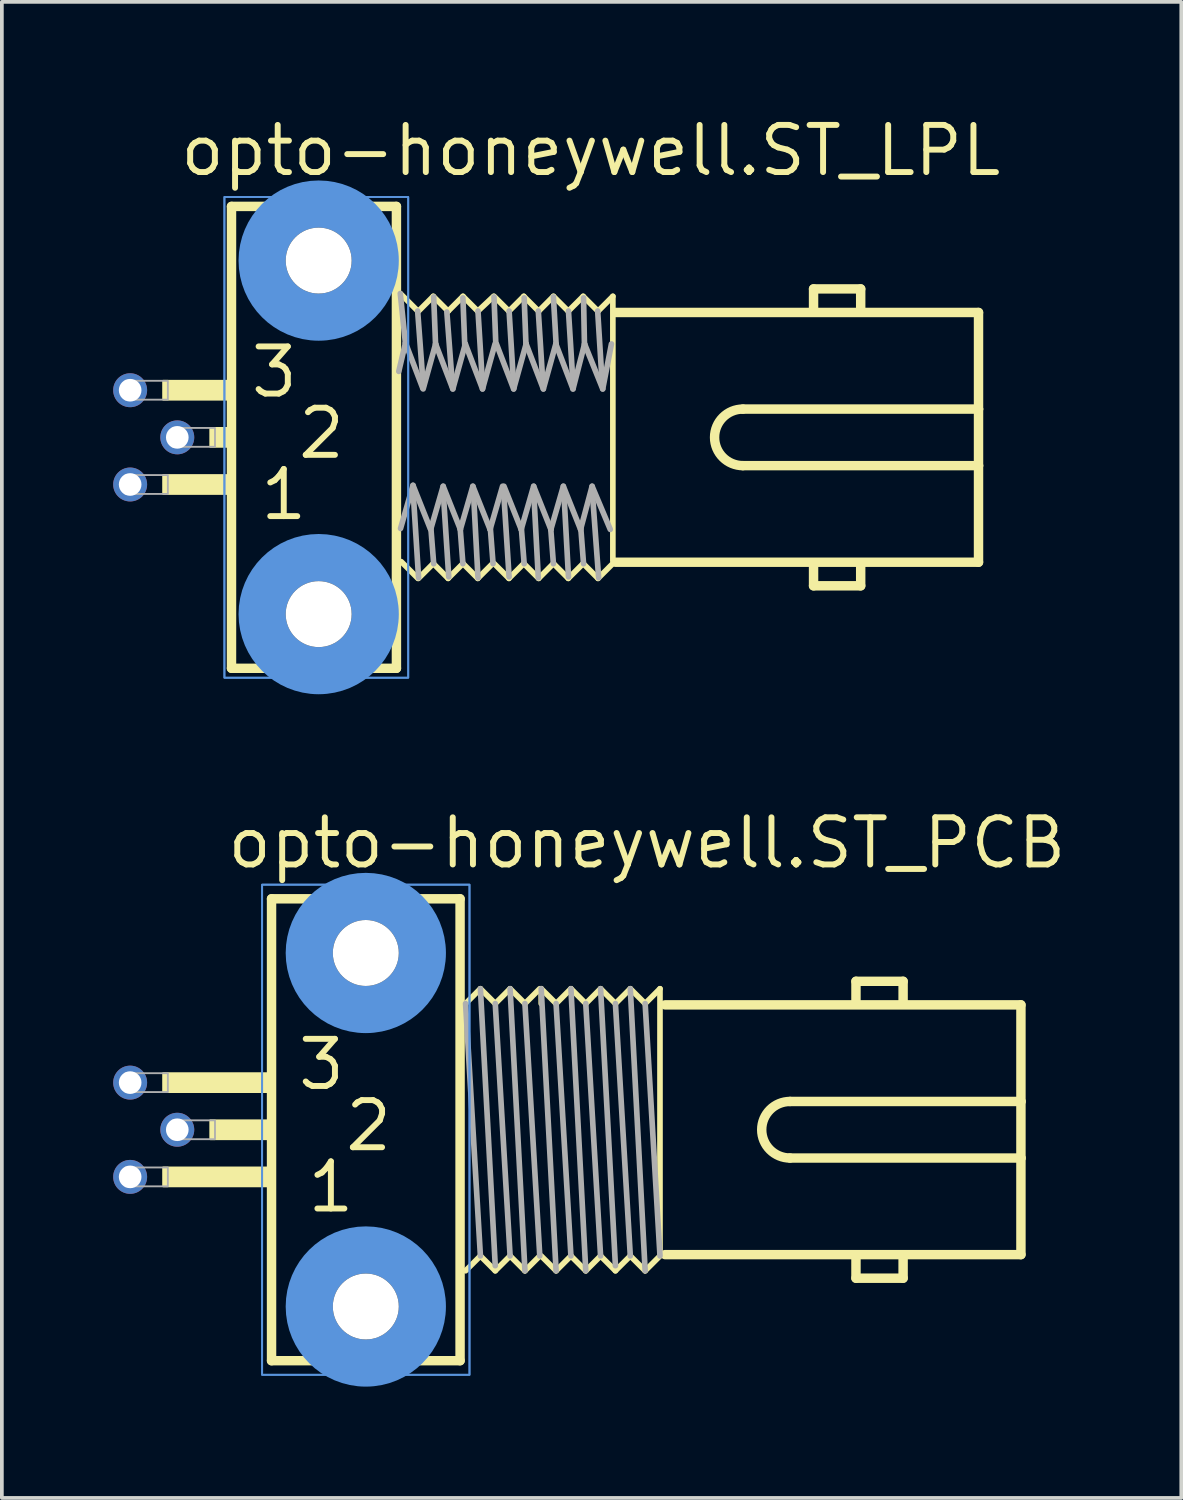
<source format=kicad_pcb>
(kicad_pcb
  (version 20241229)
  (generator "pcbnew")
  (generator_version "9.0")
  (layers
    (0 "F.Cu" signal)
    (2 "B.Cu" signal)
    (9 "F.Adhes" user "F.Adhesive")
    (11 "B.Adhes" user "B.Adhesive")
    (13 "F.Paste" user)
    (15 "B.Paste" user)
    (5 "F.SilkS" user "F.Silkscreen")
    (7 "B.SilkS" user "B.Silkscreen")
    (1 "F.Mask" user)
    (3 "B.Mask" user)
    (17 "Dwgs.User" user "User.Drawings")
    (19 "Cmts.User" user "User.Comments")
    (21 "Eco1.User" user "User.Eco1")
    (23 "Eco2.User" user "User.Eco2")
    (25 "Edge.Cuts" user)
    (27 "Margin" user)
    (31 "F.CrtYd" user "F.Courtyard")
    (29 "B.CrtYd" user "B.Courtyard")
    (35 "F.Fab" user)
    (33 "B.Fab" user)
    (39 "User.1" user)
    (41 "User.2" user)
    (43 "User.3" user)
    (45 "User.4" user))
  (footprint "opto-honeywell.ST_LPL"
    (layer "F.Cu")
    (at 5.537 8.735)
    (property "Reference" "opto-honeywell.ST_LPL" (at -3.81 -6.985 0) (layer "F.SilkS") (effects (font (size 1.27 1.27) (thickness 0.16)) (justify left bottom)))
    (attr through_hole)
    (fp_line (start -2.349 -6.223) (end 2.095 -6.223) (stroke (width 0.254) (type default)) (layer "F.SilkS"))
    (fp_line (start -2.349 6.223) (end -2.349 -6.223) (stroke (width 0.254) (type default)) (layer "F.SilkS"))
    (fp_line (start 2.095 -6.223) (end 2.095 6.223) (stroke (width 0.254) (type default)) (layer "F.SilkS"))
    (fp_line (start 2.095 6.223) (end -2.349 6.223) (stroke (width 0.254) (type default)) (layer "F.SilkS"))
    (fp_line (start 2.675 -3.4) (end 2.199 -3.876) (stroke (width 0.152) (type default)) (layer "F.SilkS"))
    (fp_line (start 2.675 3.8) (end 2.224 3.349) (stroke (width 0.152) (type default)) (layer "F.SilkS"))
    (fp_line (start 3.088 -3.8) (end 2.688 -3.4) (stroke (width 0.152) (type default)) (layer "F.SilkS"))
    (fp_line (start 3.088 3.4) (end 2.688 3.8) (stroke (width 0.152) (type default)) (layer "F.SilkS"))
    (fp_line (start 3.488 -3.4) (end 3.088 -3.8) (stroke (width 0.152) (type default)) (layer "F.SilkS"))
    (fp_line (start 3.488 3.8) (end 3.088 3.4) (stroke (width 0.152) (type default)) (layer "F.SilkS"))
    (fp_line (start 3.888 -3.8) (end 3.488 -3.4) (stroke (width 0.152) (type default)) (layer "F.SilkS"))
    (fp_line (start 3.888 3.4) (end 3.488 3.8) (stroke (width 0.152) (type default)) (layer "F.SilkS"))
    (fp_line (start 4.288 -3.4) (end 3.888 -3.8) (stroke (width 0.152) (type default)) (layer "F.SilkS"))
    (fp_line (start 4.288 3.8) (end 3.888 3.4) (stroke (width 0.152) (type default)) (layer "F.SilkS"))
    (fp_line (start 4.688 3.4) (end 4.288 3.8) (stroke (width 0.152) (type default)) (layer "F.SilkS"))
    (fp_line (start 4.714 -3.8) (end 4.288 -3.4) (stroke (width 0.152) (type default)) (layer "F.SilkS"))
    (fp_line (start 5.127 -3.4) (end 4.726 -3.8) (stroke (width 0.152) (type default)) (layer "F.SilkS"))
    (fp_line (start 5.127 3.8) (end 4.726 3.4) (stroke (width 0.152) (type default)) (layer "F.SilkS"))
    (fp_line (start 5.527 -3.8) (end 5.127 -3.4) (stroke (width 0.152) (type default)) (layer "F.SilkS"))
    (fp_line (start 5.527 3.4) (end 5.127 3.8) (stroke (width 0.152) (type default)) (layer "F.SilkS"))
    (fp_line (start 5.927 -3.4) (end 5.527 -3.8) (stroke (width 0.152) (type default)) (layer "F.SilkS"))
    (fp_line (start 5.927 3.8) (end 5.527 3.4) (stroke (width 0.152) (type default)) (layer "F.SilkS"))
    (fp_line (start 6.326 -3.8) (end 5.927 -3.4) (stroke (width 0.152) (type default)) (layer "F.SilkS"))
    (fp_line (start 6.326 3.4) (end 5.927 3.8) (stroke (width 0.152) (type default)) (layer "F.SilkS"))
    (fp_line (start 6.726 -3.4) (end 6.326 -3.8) (stroke (width 0.152) (type default)) (layer "F.SilkS"))
    (fp_line (start 6.726 3.8) (end 6.326 3.4) (stroke (width 0.152) (type default)) (layer "F.SilkS"))
    (fp_line (start 7.127 -3.8) (end 6.726 -3.4) (stroke (width 0.152) (type default)) (layer "F.SilkS"))
    (fp_line (start 7.127 3.4) (end 6.726 3.8) (stroke (width 0.152) (type default)) (layer "F.SilkS"))
    (fp_line (start 7.527 -3.4) (end 7.127 -3.8) (stroke (width 0.152) (type default)) (layer "F.SilkS"))
    (fp_line (start 7.527 3.8) (end 7.127 3.4) (stroke (width 0.152) (type default)) (layer "F.SilkS"))
    (fp_line (start 7.927 -3.8) (end 7.527 -3.4) (stroke (width 0.152) (type default)) (layer "F.SilkS"))
    (fp_line (start 7.927 -3.8) (end 7.927 3.331) (stroke (width 0.152) (type default)) (layer "F.SilkS"))
    (fp_line (start 7.927 3.4) (end 7.527 3.8) (stroke (width 0.152) (type default)) (layer "F.SilkS"))
    (fp_line (start 8.001 3.365) (end 17.78 3.365) (stroke (width 0.254) (type default)) (layer "F.SilkS"))
    (fp_line (start 11.43 0.762) (end 17.78 0.762) (stroke (width 0.254) (type default)) (layer "F.SilkS"))
    (fp_line (start 13.335 -4) (end 14.605 -4) (stroke (width 0.254) (type default)) (layer "F.SilkS"))
    (fp_line (start 13.335 -3.429) (end 13.335 -4) (stroke (width 0.254) (type default)) (layer "F.SilkS"))
    (fp_line (start 13.335 4) (end 13.335 3.429) (stroke (width 0.254) (type default)) (layer "F.SilkS"))
    (fp_line (start 14.605 -4) (end 14.605 -3.429) (stroke (width 0.254) (type default)) (layer "F.SilkS"))
    (fp_line (start 14.605 3.429) (end 14.605 4) (stroke (width 0.254) (type default)) (layer "F.SilkS"))
    (fp_line (start 14.605 4) (end 13.335 4) (stroke (width 0.254) (type default)) (layer "F.SilkS"))
    (fp_line (start 17.78 -3.365) (end 8.001 -3.365) (stroke (width 0.254) (type default)) (layer "F.SilkS"))
    (fp_line (start 17.78 -0.762) (end 11.43 -0.762) (stroke (width 0.254) (type default)) (layer "F.SilkS"))
    (fp_line (start 17.78 -0.762) (end 17.78 -3.365) (stroke (width 0.254) (type default)) (layer "F.SilkS"))
    (fp_line (start 17.78 0.762) (end 17.78 -0.762) (stroke (width 0.254) (type default)) (layer "F.SilkS"))
    (fp_line (start 17.78 3.365) (end 17.78 0.762) (stroke (width 0.254) (type default)) (layer "F.SilkS"))
    (fp_rect (start -4.191 -1.016) (end -2.286 -1.524) (stroke (width 0.05) (type default)) (fill yes) (layer "F.SilkS"))
    (fp_rect (start -4.191 1.524) (end -2.286 1.016) (stroke (width 0.05) (type default)) (fill yes) (layer "F.SilkS"))
    (fp_rect (start -2.921 0.254) (end -2.286 -0.254) (stroke (width 0.05) (type default)) (fill yes) (layer "F.SilkS"))
    (fp_arc (start 11.43 0.762) (mid 10.668 0) (end 11.43 -0.762) (stroke (width 0.254) (type default)) (layer "F.SilkS"))
    (fp_rect (start -2.54 6.477) (end 2.413 -6.477) (stroke (width 0.05) (type default)) (fill no) (layer "Cmts.User"))
    (fp_rect (start -2.54 6.477) (end 2.413 -6.477) (stroke (width 0.05) (type default)) (fill no) (layer "Cmts.User"))
    (fp_circle (center 0 -4.763) (end 1.524 -4.763) (stroke (width 1.27) (type default)) (fill no) (layer "Cmts.User"))
    (fp_circle (center 0 4.763) (end 1.524 4.763) (stroke (width 1.27) (type default)) (fill no) (layer "Cmts.User"))
    (fp_line (start 2.159 -1.778) (end 2.337 -2.54) (stroke (width 0.152) (type default)) (layer "F.Fab"))
    (fp_line (start 2.337 -2.54) (end 2.199 -3.876) (stroke (width 0.152) (type default)) (layer "F.Fab"))
    (fp_line (start 2.54 1.372) (end 2.692 3.785) (stroke (width 0.152) (type default)) (layer "F.Fab"))
    (fp_line (start 2.542 1.293) (end 2.206 2.455) (stroke (width 0.152) (type default)) (layer "F.Fab"))
    (fp_line (start 2.667 -3.404) (end 2.819 -1.372) (stroke (width 0.152) (type default)) (layer "F.Fab"))
    (fp_line (start 2.802 -1.33) (end 2.339 -2.543) (stroke (width 0.152) (type default)) (layer "F.Fab"))
    (fp_line (start 3.005 2.455) (end 2.542 1.293) (stroke (width 0.152) (type default)) (layer "F.Fab"))
    (fp_line (start 3.023 2.438) (end 3.099 3.404) (stroke (width 0.152) (type default)) (layer "F.Fab"))
    (fp_line (start 3.099 -3.785) (end 3.15 -2.489) (stroke (width 0.152) (type default)) (layer "F.Fab"))
    (fp_line (start 3.151 -2.517) (end 2.815 -1.305) (stroke (width 0.152) (type default)) (layer "F.Fab"))
    (fp_line (start 3.353 1.422) (end 3.505 3.759) (stroke (width 0.152) (type default)) (layer "F.Fab"))
    (fp_line (start 3.355 1.318) (end 3.018 2.48) (stroke (width 0.152) (type default)) (layer "F.Fab"))
    (fp_line (start 3.454 -3.378) (end 3.607 -1.346) (stroke (width 0.152) (type default)) (layer "F.Fab"))
    (fp_line (start 3.615 -1.305) (end 3.151 -2.517) (stroke (width 0.152) (type default)) (layer "F.Fab"))
    (fp_line (start 3.81 2.413) (end 3.886 3.404) (stroke (width 0.152) (type default)) (layer "F.Fab"))
    (fp_line (start 3.818 2.48) (end 3.355 1.318) (stroke (width 0.152) (type default)) (layer "F.Fab"))
    (fp_line (start 3.886 -3.759) (end 3.937 -2.464) (stroke (width 0.152) (type default)) (layer "F.Fab"))
    (fp_line (start 3.952 -2.517) (end 3.615 -1.305) (stroke (width 0.152) (type default)) (layer "F.Fab"))
    (fp_line (start 4.155 1.318) (end 3.818 2.48) (stroke (width 0.152) (type default)) (layer "F.Fab"))
    (fp_line (start 4.166 1.397) (end 4.293 3.785) (stroke (width 0.152) (type default)) (layer "F.Fab"))
    (fp_line (start 4.293 -3.404) (end 4.42 -1.346) (stroke (width 0.152) (type default)) (layer "F.Fab"))
    (fp_line (start 4.415 -1.305) (end 3.952 -2.517) (stroke (width 0.152) (type default)) (layer "F.Fab"))
    (fp_line (start 4.618 2.48) (end 4.155 1.318) (stroke (width 0.152) (type default)) (layer "F.Fab"))
    (fp_line (start 4.623 2.413) (end 4.699 3.404) (stroke (width 0.152) (type default)) (layer "F.Fab"))
    (fp_line (start 4.724 -3.785) (end 4.775 -2.464) (stroke (width 0.152) (type default)) (layer "F.Fab"))
    (fp_line (start 4.752 -2.517) (end 4.415 -1.305) (stroke (width 0.152) (type default)) (layer "F.Fab"))
    (fp_line (start 4.955 1.318) (end 4.618 2.48) (stroke (width 0.152) (type default)) (layer "F.Fab"))
    (fp_line (start 4.978 1.372) (end 5.131 3.759) (stroke (width 0.152) (type default)) (layer "F.Fab"))
    (fp_line (start 5.131 -3.404) (end 5.258 -1.346) (stroke (width 0.152) (type default)) (layer "F.Fab"))
    (fp_line (start 5.254 -1.305) (end 4.79 -2.517) (stroke (width 0.152) (type default)) (layer "F.Fab"))
    (fp_line (start 5.457 2.48) (end 4.993 1.318) (stroke (width 0.152) (type default)) (layer "F.Fab"))
    (fp_line (start 5.461 2.438) (end 5.537 3.404) (stroke (width 0.152) (type default)) (layer "F.Fab"))
    (fp_line (start 5.537 -3.759) (end 5.588 -2.438) (stroke (width 0.152) (type default)) (layer "F.Fab"))
    (fp_line (start 5.59 -2.517) (end 5.254 -1.305) (stroke (width 0.152) (type default)) (layer "F.Fab"))
    (fp_line (start 5.791 1.397) (end 5.918 3.785) (stroke (width 0.152) (type default)) (layer "F.Fab"))
    (fp_line (start 5.793 1.318) (end 5.457 2.48) (stroke (width 0.152) (type default)) (layer "F.Fab"))
    (fp_line (start 5.918 -3.404) (end 6.045 -1.397) (stroke (width 0.152) (type default)) (layer "F.Fab"))
    (fp_line (start 6.054 -1.305) (end 5.59 -2.517) (stroke (width 0.152) (type default)) (layer "F.Fab"))
    (fp_line (start 6.248 2.388) (end 6.325 3.404) (stroke (width 0.152) (type default)) (layer "F.Fab"))
    (fp_line (start 6.257 2.48) (end 5.793 1.318) (stroke (width 0.152) (type default)) (layer "F.Fab"))
    (fp_line (start 6.325 -3.785) (end 6.401 -2.464) (stroke (width 0.152) (type default)) (layer "F.Fab"))
    (fp_line (start 6.39 -2.517) (end 6.054 -1.305) (stroke (width 0.152) (type default)) (layer "F.Fab"))
    (fp_line (start 6.593 1.318) (end 6.257 2.48) (stroke (width 0.152) (type default)) (layer "F.Fab"))
    (fp_line (start 6.604 1.422) (end 6.731 3.759) (stroke (width 0.152) (type default)) (layer "F.Fab"))
    (fp_line (start 6.731 -3.404) (end 6.858 -1.372) (stroke (width 0.152) (type default)) (layer "F.Fab"))
    (fp_line (start 6.853 -1.305) (end 6.39 -2.517) (stroke (width 0.152) (type default)) (layer "F.Fab"))
    (fp_line (start 7.057 2.48) (end 6.593 1.318) (stroke (width 0.152) (type default)) (layer "F.Fab"))
    (fp_line (start 7.061 2.413) (end 7.137 3.404) (stroke (width 0.152) (type default)) (layer "F.Fab"))
    (fp_line (start 7.137 -3.759) (end 7.163 -2.438) (stroke (width 0.152) (type default)) (layer "F.Fab"))
    (fp_line (start 7.165 -2.517) (end 6.853 -1.305) (stroke (width 0.152) (type default)) (layer "F.Fab"))
    (fp_line (start 7.366 1.372) (end 7.544 3.785) (stroke (width 0.152) (type default)) (layer "F.Fab"))
    (fp_line (start 7.368 1.318) (end 7.057 2.48) (stroke (width 0.152) (type default)) (layer "F.Fab"))
    (fp_line (start 7.518 -3.404) (end 7.645 -1.372) (stroke (width 0.152) (type default)) (layer "F.Fab"))
    (fp_line (start 7.654 -1.305) (end 7.165 -2.517) (stroke (width 0.152) (type default)) (layer "F.Fab"))
    (fp_line (start 7.857 2.48) (end 7.368 1.318) (stroke (width 0.152) (type default)) (layer "F.Fab"))
    (fp_line (start 7.889 -2.517) (end 7.654 -1.305) (stroke (width 0.152) (type default)) (layer "F.Fab"))
    (fp_rect (start -5.207 -1.016) (end -4.064 -1.524) (stroke (width 0.05) (type default)) (fill no) (layer "F.Fab"))
    (fp_rect (start -5.207 1.524) (end -4.064 1.016) (stroke (width 0.05) (type default)) (fill no) (layer "F.Fab"))
    (fp_rect (start -3.937 0.254) (end -2.794 -0.254) (stroke (width 0.05) (type default)) (fill no) (layer "F.Fab"))
    (fp_text user "3" (at -1.905 -1.016 0) (layer "F.SilkS") (effects (font (size 1.27 1.27) (thickness 0.16)) (justify left bottom)))
    (fp_text user "1" (at -1.651 2.286 0) (layer "F.SilkS") (effects (font (size 1.27 1.27) (thickness 0.16)) (justify left bottom)))
    (fp_text user "2" (at -0.635 0.635 0) (layer "F.SilkS") (effects (font (size 1.27 1.27) (thickness 0.16)) (justify left bottom)))
    (pad "" np_thru_hole circle (at 0 -4.763) (size 1.778 1.778) (drill 1.778) (layers "*.Cu" "*.Mask"))
    (pad "" np_thru_hole circle (at 0 4.763) (size 1.778 1.778) (drill 1.778) (layers "*.Cu" "*.Mask"))
    (pad "1" thru_hole circle (at -5.08 1.27) (size 0.914 0.914) (drill 0.61) (layers "*.Cu" "*.Mask"))
    (pad "2" thru_hole circle (at -3.81 0) (size 0.914 0.914) (drill 0.61) (layers "*.Cu" "*.Mask"))
    (pad "3" thru_hole circle (at -5.08 -1.27) (size 0.914 0.914) (drill 0.61) (layers "*.Cu" "*.Mask")))
  (footprint "opto-honeywell.ST_PCB"
    (layer "F.Cu")
    (at 6.807 27.392)
    (property "Reference" "opto-honeywell.ST_PCB" (at -3.81 -6.985 0) (layer "F.SilkS") (effects (font (size 1.27 1.27) (thickness 0.16)) (justify left bottom)))
    (attr through_hole)
    (fp_line (start -2.54 -6.223) (end 2.54 -6.223) (stroke (width 0.254) (type default)) (layer "F.SilkS"))
    (fp_line (start -2.54 6.223) (end -2.54 -6.223) (stroke (width 0.254) (type default)) (layer "F.SilkS"))
    (fp_line (start 2.54 -6.223) (end 2.54 6.223) (stroke (width 0.254) (type default)) (layer "F.SilkS"))
    (fp_line (start 2.54 6.223) (end -2.54 6.223) (stroke (width 0.254) (type default)) (layer "F.SilkS"))
    (fp_line (start 3.088 -3.8) (end 2.688 -3.4) (stroke (width 0.152) (type default)) (layer "F.SilkS"))
    (fp_line (start 3.088 3.4) (end 2.688 3.8) (stroke (width 0.152) (type default)) (layer "F.SilkS"))
    (fp_line (start 3.488 -3.4) (end 3.088 -3.8) (stroke (width 0.152) (type default)) (layer "F.SilkS"))
    (fp_line (start 3.488 3.8) (end 3.088 3.4) (stroke (width 0.152) (type default)) (layer "F.SilkS"))
    (fp_line (start 3.888 -3.8) (end 3.488 -3.4) (stroke (width 0.152) (type default)) (layer "F.SilkS"))
    (fp_line (start 3.888 3.4) (end 3.488 3.8) (stroke (width 0.152) (type default)) (layer "F.SilkS"))
    (fp_line (start 4.288 -3.4) (end 3.888 -3.8) (stroke (width 0.152) (type default)) (layer "F.SilkS"))
    (fp_line (start 4.288 3.8) (end 3.888 3.4) (stroke (width 0.152) (type default)) (layer "F.SilkS"))
    (fp_line (start 4.688 -3.8) (end 4.288 -3.4) (stroke (width 0.152) (type default)) (layer "F.SilkS"))
    (fp_line (start 4.688 3.4) (end 4.288 3.8) (stroke (width 0.152) (type default)) (layer "F.SilkS"))
    (fp_line (start 4.726 -3.4) (end 4.726 -3.8) (stroke (width 0.152) (type default)) (layer "F.SilkS"))
    (fp_line (start 5.127 -3.4) (end 4.726 -3.8) (stroke (width 0.152) (type default)) (layer "F.SilkS"))
    (fp_line (start 5.127 3.8) (end 4.726 3.4) (stroke (width 0.152) (type default)) (layer "F.SilkS"))
    (fp_line (start 5.527 -3.8) (end 5.127 -3.4) (stroke (width 0.152) (type default)) (layer "F.SilkS"))
    (fp_line (start 5.527 3.4) (end 5.127 3.8) (stroke (width 0.152) (type default)) (layer "F.SilkS"))
    (fp_line (start 5.927 -3.4) (end 5.527 -3.8) (stroke (width 0.152) (type default)) (layer "F.SilkS"))
    (fp_line (start 5.927 3.8) (end 5.527 3.4) (stroke (width 0.152) (type default)) (layer "F.SilkS"))
    (fp_line (start 6.326 -3.8) (end 5.927 -3.4) (stroke (width 0.152) (type default)) (layer "F.SilkS"))
    (fp_line (start 6.326 3.4) (end 5.927 3.8) (stroke (width 0.152) (type default)) (layer "F.SilkS"))
    (fp_line (start 6.726 -3.4) (end 6.326 -3.8) (stroke (width 0.152) (type default)) (layer "F.SilkS"))
    (fp_line (start 6.726 3.8) (end 6.326 3.4) (stroke (width 0.152) (type default)) (layer "F.SilkS"))
    (fp_line (start 7.127 -3.8) (end 6.726 -3.4) (stroke (width 0.152) (type default)) (layer "F.SilkS"))
    (fp_line (start 7.127 3.4) (end 6.726 3.8) (stroke (width 0.152) (type default)) (layer "F.SilkS"))
    (fp_line (start 7.527 -3.4) (end 7.127 -3.8) (stroke (width 0.152) (type default)) (layer "F.SilkS"))
    (fp_line (start 7.527 3.8) (end 7.127 3.4) (stroke (width 0.152) (type default)) (layer "F.SilkS"))
    (fp_line (start 7.927 -3.8) (end 7.527 -3.4) (stroke (width 0.152) (type default)) (layer "F.SilkS"))
    (fp_line (start 7.927 -3.8) (end 7.927 3.331) (stroke (width 0.152) (type default)) (layer "F.SilkS"))
    (fp_line (start 7.927 3.4) (end 7.527 3.8) (stroke (width 0.152) (type default)) (layer "F.SilkS"))
    (fp_line (start 8.065 3.365) (end 17.653 3.365) (stroke (width 0.254) (type default)) (layer "F.SilkS"))
    (fp_line (start 11.43 0.762) (end 17.653 0.762) (stroke (width 0.254) (type default)) (layer "F.SilkS"))
    (fp_line (start 13.208 -4) (end 14.478 -4) (stroke (width 0.254) (type default)) (layer "F.SilkS"))
    (fp_line (start 13.208 -3.429) (end 13.208 -4) (stroke (width 0.254) (type default)) (layer "F.SilkS"))
    (fp_line (start 13.208 4) (end 13.208 3.429) (stroke (width 0.254) (type default)) (layer "F.SilkS"))
    (fp_line (start 14.478 -4) (end 14.478 -3.429) (stroke (width 0.254) (type default)) (layer "F.SilkS"))
    (fp_line (start 14.478 3.429) (end 14.478 4) (stroke (width 0.254) (type default)) (layer "F.SilkS"))
    (fp_line (start 14.478 4) (end 13.208 4) (stroke (width 0.254) (type default)) (layer "F.SilkS"))
    (fp_line (start 17.653 -3.365) (end 8.065 -3.365) (stroke (width 0.254) (type default)) (layer "F.SilkS"))
    (fp_line (start 17.653 -0.762) (end 11.43 -0.762) (stroke (width 0.254) (type default)) (layer "F.SilkS"))
    (fp_line (start 17.653 -0.762) (end 17.653 -3.365) (stroke (width 0.254) (type default)) (layer "F.SilkS"))
    (fp_line (start 17.653 0.762) (end 17.653 -0.762) (stroke (width 0.254) (type default)) (layer "F.SilkS"))
    (fp_line (start 17.653 3.365) (end 17.653 0.762) (stroke (width 0.254) (type default)) (layer "F.SilkS"))
    (fp_rect (start -5.461 -1.016) (end -2.54 -1.524) (stroke (width 0.05) (type default)) (fill yes) (layer "F.SilkS"))
    (fp_rect (start -5.461 1.524) (end -2.54 1.016) (stroke (width 0.05) (type default)) (fill yes) (layer "F.SilkS"))
    (fp_rect (start -4.191 0.254) (end -2.54 -0.254) (stroke (width 0.05) (type default)) (fill yes) (layer "F.SilkS"))
    (fp_arc (start 11.43 0.762) (mid 10.668 0) (end 11.43 -0.762) (stroke (width 0.254) (type default)) (layer "F.SilkS"))
    (fp_rect (start -2.794 6.604) (end 2.794 -6.604) (stroke (width 0.05) (type default)) (fill no) (layer "Cmts.User"))
    (fp_rect (start -2.794 6.604) (end 2.794 -6.604) (stroke (width 0.05) (type default)) (fill no) (layer "Cmts.User"))
    (fp_circle (center 0 -4.763) (end 1.524 -4.763) (stroke (width 1.27) (type default)) (fill no) (layer "Cmts.User"))
    (fp_circle (center 0 4.763) (end 1.524 4.763) (stroke (width 1.27) (type default)) (fill no) (layer "Cmts.User"))
    (fp_line (start 3.088 3.4) (end 2.688 -3.4) (stroke (width 0.152) (type default)) (layer "F.Fab"))
    (fp_line (start 3.488 3.663) (end 3.088 -3.8) (stroke (width 0.152) (type default)) (layer "F.Fab"))
    (fp_line (start 3.888 3.4) (end 3.488 -3.4) (stroke (width 0.152) (type default)) (layer "F.Fab"))
    (fp_line (start 4.288 3.8) (end 3.888 -3.8) (stroke (width 0.152) (type default)) (layer "F.Fab"))
    (fp_line (start 4.688 3.4) (end 4.288 -3.4) (stroke (width 0.152) (type default)) (layer "F.Fab"))
    (fp_line (start 5.127 3.8) (end 4.726 -3.8) (stroke (width 0.152) (type default)) (layer "F.Fab"))
    (fp_line (start 5.527 3.4) (end 5.127 -3.4) (stroke (width 0.152) (type default)) (layer "F.Fab"))
    (fp_line (start 5.927 3.8) (end 5.527 -3.8) (stroke (width 0.152) (type default)) (layer "F.Fab"))
    (fp_line (start 6.326 3.4) (end 5.927 -3.4) (stroke (width 0.152) (type default)) (layer "F.Fab"))
    (fp_line (start 6.726 3.663) (end 6.326 -3.8) (stroke (width 0.152) (type default)) (layer "F.Fab"))
    (fp_line (start 7.127 3.4) (end 6.726 -3.4) (stroke (width 0.152) (type default)) (layer "F.Fab"))
    (fp_line (start 7.527 3.8) (end 7.127 -3.8) (stroke (width 0.152) (type default)) (layer "F.Fab"))
    (fp_line (start 7.927 3.4) (end 7.527 -3.4) (stroke (width 0.152) (type default)) (layer "F.Fab"))
    (fp_rect (start -6.477 -1.016) (end -5.334 -1.524) (stroke (width 0.05) (type default)) (fill no) (layer "F.Fab"))
    (fp_rect (start -6.477 1.524) (end -5.334 1.016) (stroke (width 0.05) (type default)) (fill no) (layer "F.Fab"))
    (fp_rect (start -5.207 0.254) (end -4.064 -0.254) (stroke (width 0.05) (type default)) (fill no) (layer "F.Fab"))
    (fp_text user "2" (at -0.635 0.635 0) (layer "F.SilkS") (effects (font (size 1.27 1.27) (thickness 0.16)) (justify left bottom)))
    (fp_text user "3" (at -1.905 -1.016 0) (layer "F.SilkS") (effects (font (size 1.27 1.27) (thickness 0.16)) (justify left bottom)))
    (fp_text user "1" (at -1.651 2.286 0) (layer "F.SilkS") (effects (font (size 1.27 1.27) (thickness 0.16)) (justify left bottom)))
    (pad "" np_thru_hole circle (at 0 -4.763) (size 1.778 1.778) (drill 1.778) (layers "*.Cu" "*.Mask"))
    (pad "" np_thru_hole circle (at 0 4.763) (size 1.778 1.778) (drill 1.778) (layers "*.Cu" "*.Mask"))
    (pad "1" thru_hole circle (at -6.35 1.27) (size 0.914 0.914) (drill 0.61) (layers "*.Cu" "*.Mask"))
    (pad "2" thru_hole circle (at -5.08 0) (size 0.914 0.914) (drill 0.61) (layers "*.Cu" "*.Mask"))
    (pad "3" thru_hole circle (at -6.35 -1.27) (size 0.914 0.914) (drill 0.61) (layers "*.Cu" "*.Mask")))
  (gr_rect
    (start -3 -3)
    (end 28.781 37.313)
    (stroke (width 0.1) (type default))
    (fill no)
    (layer "Edge.Cuts")))
</source>
